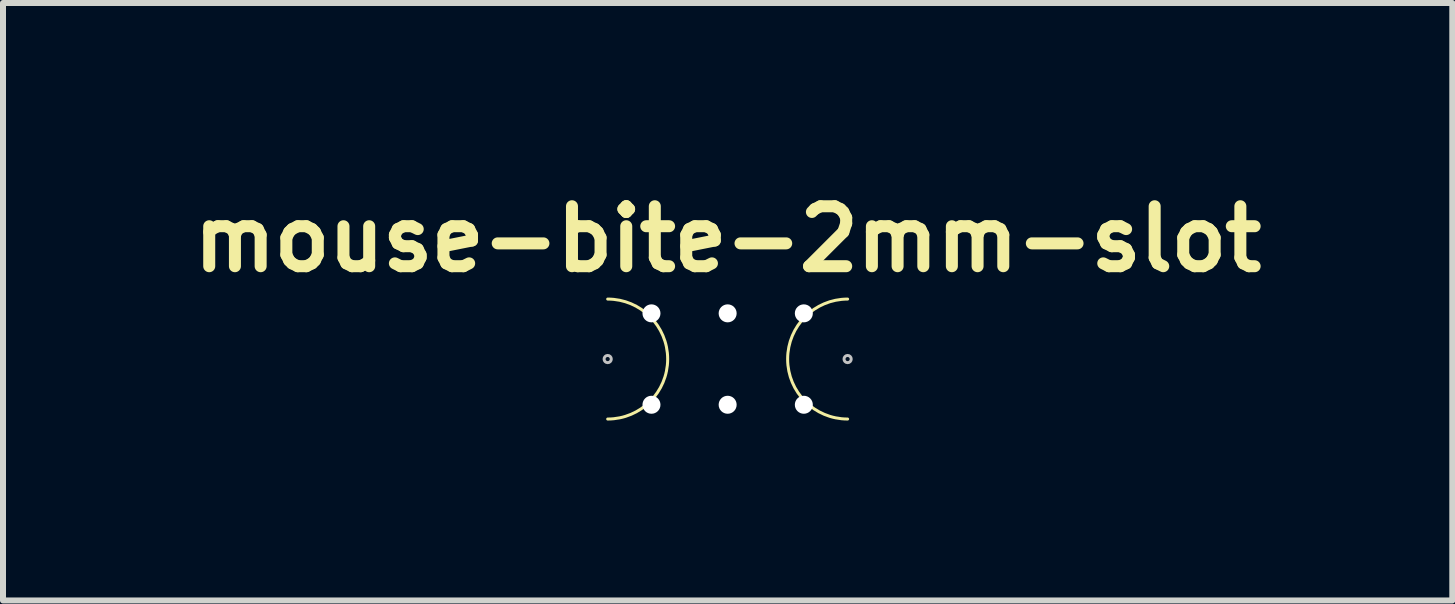
<source format=kicad_pcb>
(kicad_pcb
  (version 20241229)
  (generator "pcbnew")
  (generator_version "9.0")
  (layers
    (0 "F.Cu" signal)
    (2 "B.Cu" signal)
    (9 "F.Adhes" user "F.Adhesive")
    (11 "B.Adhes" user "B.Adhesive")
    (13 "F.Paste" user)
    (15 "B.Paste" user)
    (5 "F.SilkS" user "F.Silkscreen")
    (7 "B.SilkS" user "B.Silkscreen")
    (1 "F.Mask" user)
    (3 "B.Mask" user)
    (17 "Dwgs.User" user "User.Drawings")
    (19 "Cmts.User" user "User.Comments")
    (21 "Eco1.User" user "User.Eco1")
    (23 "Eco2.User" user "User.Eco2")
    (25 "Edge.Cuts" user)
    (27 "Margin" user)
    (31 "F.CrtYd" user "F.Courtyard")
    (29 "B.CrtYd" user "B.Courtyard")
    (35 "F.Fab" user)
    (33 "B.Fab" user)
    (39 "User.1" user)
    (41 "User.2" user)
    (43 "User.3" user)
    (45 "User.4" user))
  (footprint "mouse-bite-2mm-slot"
    (layer "F.Cu")
    (at 9.081 2.936)
    (property "Reference" "mouse-bite-2mm-slot" (at 0 -2 0) (layer "F.SilkS") (effects (font (size 1 1) (thickness 0.2))))
    (attr through_hole)
    (fp_arc (start -2 -1) (mid -1 0) (end -2 1) (stroke (width 0.05) (type solid)) (layer "F.SilkS"))
    (fp_arc (start 2 1) (mid 1 0) (end 2 -1) (stroke (width 0.05) (type solid)) (layer "F.SilkS"))
    (fp_circle (center -2 0) (end -2 -0.06) (stroke (width 0.05) (type solid)) (fill no) (layer "Dwgs.User"))
    (fp_circle (center 2 0) (end 2.06 0) (stroke (width 0.05) (type solid)) (fill no) (layer "Dwgs.User"))
    (fp_line (start -2 0) (end -2 0) (stroke (width 2) (type solid)) (layer "Eco1.User"))
    (fp_line (start 2 0) (end 2 0) (stroke (width 2) (type solid)) (layer "Eco1.User"))
    (pad "" np_thru_hole circle (at -1.27 -0.762) (size 0.3 0.3) (drill 0.3) (layers "*.Cu" "*.Mask"))
    (pad "" np_thru_hole circle (at -1.27 0.762) (size 0.3 0.3) (drill 0.3) (layers "*.Cu" "*.Mask"))
    (pad "" np_thru_hole circle (at 0 -0.762) (size 0.3 0.3) (drill 0.3) (layers "*.Cu" "*.Mask"))
    (pad "" np_thru_hole circle (at 0 0.762) (size 0.3 0.3) (drill 0.3) (layers "*.Cu" "*.Mask"))
    (pad "" np_thru_hole circle (at 1.27 -0.762) (size 0.3 0.3) (drill 0.3) (layers "*.Cu" "*.Mask"))
    (pad "" np_thru_hole circle (at 1.27 0.762) (size 0.3 0.3) (drill 0.3) (layers "*.Cu" "*.Mask")))
  (gr_rect
    (start -3 -3)
    (end 21.162 6.961)
    (stroke (width 0.1) (type default))
    (fill no)
    (layer "Edge.Cuts")))
</source>
